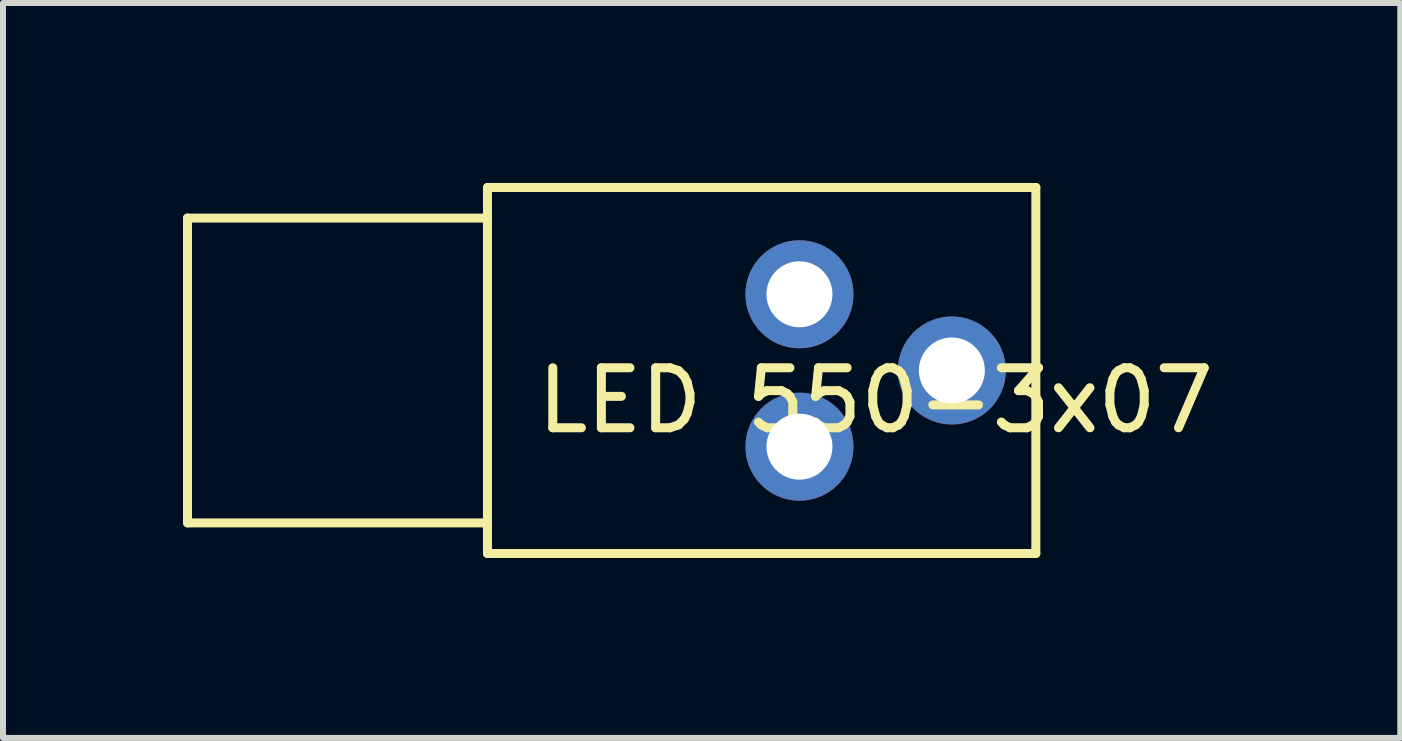
<source format=kicad_pcb>
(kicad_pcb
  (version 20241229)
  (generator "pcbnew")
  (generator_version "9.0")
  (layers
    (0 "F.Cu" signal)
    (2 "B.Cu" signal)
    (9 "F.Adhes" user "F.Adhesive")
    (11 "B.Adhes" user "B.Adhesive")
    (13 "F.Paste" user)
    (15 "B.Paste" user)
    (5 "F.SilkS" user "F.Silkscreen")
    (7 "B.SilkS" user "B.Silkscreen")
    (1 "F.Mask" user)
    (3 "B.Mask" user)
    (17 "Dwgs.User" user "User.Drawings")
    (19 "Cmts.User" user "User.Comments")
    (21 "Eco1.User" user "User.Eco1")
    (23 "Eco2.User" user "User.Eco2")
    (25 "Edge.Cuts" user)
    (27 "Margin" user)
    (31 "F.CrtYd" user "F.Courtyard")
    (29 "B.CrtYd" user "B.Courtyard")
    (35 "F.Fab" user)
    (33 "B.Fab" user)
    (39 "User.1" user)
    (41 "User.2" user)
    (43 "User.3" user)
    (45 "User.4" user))
  (footprint "LED 550-3x07"
    (layer "F.Cu")
    (at 11.545 3.125)
    (property "Reference" "LED 550-3x07" (at 0 0.5 0) (layer "F.SilkS") (effects (font (size 1 1) (thickness 0.15))))
    (attr through_hole)
    (fp_line (start -11.47 -2.54) (end -11.47 2.54) (stroke (width 0.15) (type solid)) (layer "F.SilkS"))
    (fp_line (start -11.47 2.54) (end -6.47 2.54) (stroke (width 0.15) (type solid)) (layer "F.SilkS"))
    (fp_line (start -6.47 -3.05) (end -6.47 3.05) (stroke (width 0.15) (type solid)) (layer "F.SilkS"))
    (fp_line (start -6.47 -2.54) (end -11.47 -2.54) (stroke (width 0.15) (type solid)) (layer "F.SilkS"))
    (fp_line (start -6.47 3.05) (end 2.67 3.05) (stroke (width 0.15) (type solid)) (layer "F.SilkS"))
    (fp_line (start 2.67 -3.05) (end -6.47 -3.05) (stroke (width 0.15) (type solid)) (layer "F.SilkS"))
    (fp_line (start 2.67 3.05) (end 2.67 -3.05) (stroke (width 0.15) (type solid)) (layer "F.SilkS"))
    (pad "1" thru_hole circle (at 1.27 0) (size 1.8 1.8) (drill 1.1) (layers "*.Cu" "*.Mask"))
    (pad "2" thru_hole circle (at -1.27 -1.27) (size 1.8 1.8) (drill 1.1) (layers "*.Cu" "*.Mask"))
    (pad "3" thru_hole circle (at -1.27 1.27) (size 1.8 1.8) (drill 1.1) (layers "*.Cu" "*.Mask")))
  (gr_rect
    (start -3 -3)
    (end 20.289 9.25)
    (stroke (width 0.1) (type default))
    (fill no)
    (layer "Edge.Cuts")))
</source>
